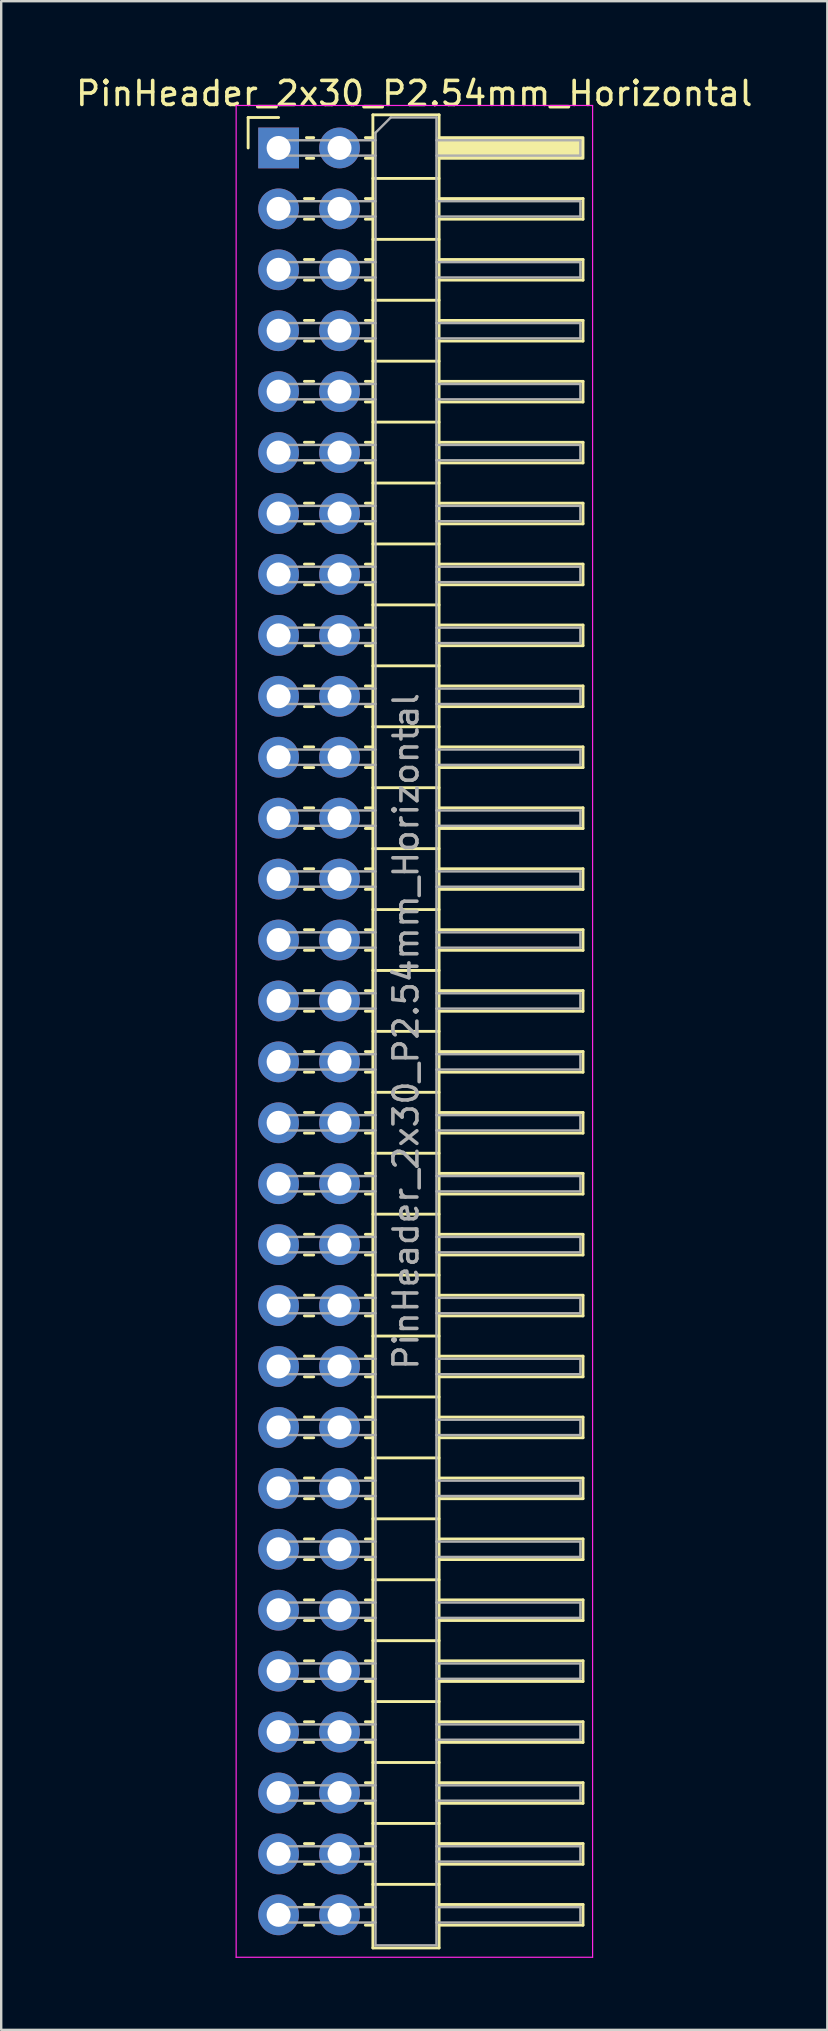
<source format=kicad_pcb>
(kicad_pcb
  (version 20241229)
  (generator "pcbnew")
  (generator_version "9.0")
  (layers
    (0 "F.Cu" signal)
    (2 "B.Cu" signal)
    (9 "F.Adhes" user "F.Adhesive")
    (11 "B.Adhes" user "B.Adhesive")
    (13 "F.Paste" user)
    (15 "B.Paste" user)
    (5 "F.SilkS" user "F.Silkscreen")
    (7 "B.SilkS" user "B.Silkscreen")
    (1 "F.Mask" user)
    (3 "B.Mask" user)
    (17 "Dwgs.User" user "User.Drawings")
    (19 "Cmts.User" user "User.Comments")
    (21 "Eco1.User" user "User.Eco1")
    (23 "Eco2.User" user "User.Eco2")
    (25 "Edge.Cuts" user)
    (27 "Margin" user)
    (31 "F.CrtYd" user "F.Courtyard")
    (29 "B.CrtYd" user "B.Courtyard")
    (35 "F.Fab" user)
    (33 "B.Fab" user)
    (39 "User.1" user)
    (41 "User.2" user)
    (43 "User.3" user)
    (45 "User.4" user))
  (footprint "PinHeader_2x30_P2.54mm_Horizontal"
    (layer "F.Cu")
    (at 8.565 3.118)
    (property "Reference" "PinHeader_2x30_P2.54mm_Horizontal" (at 5.655 -2.27 0) (layer "F.SilkS") (effects (font (size 1 1) (thickness 0.15))))
    (attr through_hole)
    (fp_line (start -1.27 -1.27) (end 0 -1.27) (stroke (width 0.12) (type solid)) (layer "F.SilkS"))
    (fp_line (start -1.27 0) (end -1.27 -1.27) (stroke (width 0.12) (type solid)) (layer "F.SilkS"))
    (fp_line (start 1.077 2.11) (end 1.463 2.11) (stroke (width 0.12) (type solid)) (layer "F.SilkS"))
    (fp_line (start 1.077 2.97) (end 1.463 2.97) (stroke (width 0.12) (type solid)) (layer "F.SilkS"))
    (fp_line (start 1.077 4.65) (end 1.463 4.65) (stroke (width 0.12) (type solid)) (layer "F.SilkS"))
    (fp_line (start 1.077 5.51) (end 1.463 5.51) (stroke (width 0.12) (type solid)) (layer "F.SilkS"))
    (fp_line (start 1.077 7.19) (end 1.463 7.19) (stroke (width 0.12) (type solid)) (layer "F.SilkS"))
    (fp_line (start 1.077 8.05) (end 1.463 8.05) (stroke (width 0.12) (type solid)) (layer "F.SilkS"))
    (fp_line (start 1.077 9.73) (end 1.463 9.73) (stroke (width 0.12) (type solid)) (layer "F.SilkS"))
    (fp_line (start 1.077 10.59) (end 1.463 10.59) (stroke (width 0.12) (type solid)) (layer "F.SilkS"))
    (fp_line (start 1.077 12.27) (end 1.463 12.27) (stroke (width 0.12) (type solid)) (layer "F.SilkS"))
    (fp_line (start 1.077 13.13) (end 1.463 13.13) (stroke (width 0.12) (type solid)) (layer "F.SilkS"))
    (fp_line (start 1.077 14.81) (end 1.463 14.81) (stroke (width 0.12) (type solid)) (layer "F.SilkS"))
    (fp_line (start 1.077 15.67) (end 1.463 15.67) (stroke (width 0.12) (type solid)) (layer "F.SilkS"))
    (fp_line (start 1.077 17.35) (end 1.463 17.35) (stroke (width 0.12) (type solid)) (layer "F.SilkS"))
    (fp_line (start 1.077 18.21) (end 1.463 18.21) (stroke (width 0.12) (type solid)) (layer "F.SilkS"))
    (fp_line (start 1.077 19.89) (end 1.463 19.89) (stroke (width 0.12) (type solid)) (layer "F.SilkS"))
    (fp_line (start 1.077 20.75) (end 1.463 20.75) (stroke (width 0.12) (type solid)) (layer "F.SilkS"))
    (fp_line (start 1.077 22.43) (end 1.463 22.43) (stroke (width 0.12) (type solid)) (layer "F.SilkS"))
    (fp_line (start 1.077 23.29) (end 1.463 23.29) (stroke (width 0.12) (type solid)) (layer "F.SilkS"))
    (fp_line (start 1.077 24.97) (end 1.463 24.97) (stroke (width 0.12) (type solid)) (layer "F.SilkS"))
    (fp_line (start 1.077 25.83) (end 1.463 25.83) (stroke (width 0.12) (type solid)) (layer "F.SilkS"))
    (fp_line (start 1.077 27.51) (end 1.463 27.51) (stroke (width 0.12) (type solid)) (layer "F.SilkS"))
    (fp_line (start 1.077 28.37) (end 1.463 28.37) (stroke (width 0.12) (type solid)) (layer "F.SilkS"))
    (fp_line (start 1.077 30.05) (end 1.463 30.05) (stroke (width 0.12) (type solid)) (layer "F.SilkS"))
    (fp_line (start 1.077 30.91) (end 1.463 30.91) (stroke (width 0.12) (type solid)) (layer "F.SilkS"))
    (fp_line (start 1.077 32.59) (end 1.463 32.59) (stroke (width 0.12) (type solid)) (layer "F.SilkS"))
    (fp_line (start 1.077 33.45) (end 1.463 33.45) (stroke (width 0.12) (type solid)) (layer "F.SilkS"))
    (fp_line (start 1.077 35.13) (end 1.463 35.13) (stroke (width 0.12) (type solid)) (layer "F.SilkS"))
    (fp_line (start 1.077 35.99) (end 1.463 35.99) (stroke (width 0.12) (type solid)) (layer "F.SilkS"))
    (fp_line (start 1.077 37.67) (end 1.463 37.67) (stroke (width 0.12) (type solid)) (layer "F.SilkS"))
    (fp_line (start 1.077 38.53) (end 1.463 38.53) (stroke (width 0.12) (type solid)) (layer "F.SilkS"))
    (fp_line (start 1.077 40.21) (end 1.463 40.21) (stroke (width 0.12) (type solid)) (layer "F.SilkS"))
    (fp_line (start 1.077 41.07) (end 1.463 41.07) (stroke (width 0.12) (type solid)) (layer "F.SilkS"))
    (fp_line (start 1.077 42.75) (end 1.463 42.75) (stroke (width 0.12) (type solid)) (layer "F.SilkS"))
    (fp_line (start 1.077 43.61) (end 1.463 43.61) (stroke (width 0.12) (type solid)) (layer "F.SilkS"))
    (fp_line (start 1.077 45.29) (end 1.463 45.29) (stroke (width 0.12) (type solid)) (layer "F.SilkS"))
    (fp_line (start 1.077 46.15) (end 1.463 46.15) (stroke (width 0.12) (type solid)) (layer "F.SilkS"))
    (fp_line (start 1.077 47.83) (end 1.463 47.83) (stroke (width 0.12) (type solid)) (layer "F.SilkS"))
    (fp_line (start 1.077 48.69) (end 1.463 48.69) (stroke (width 0.12) (type solid)) (layer "F.SilkS"))
    (fp_line (start 1.077 50.37) (end 1.463 50.37) (stroke (width 0.12) (type solid)) (layer "F.SilkS"))
    (fp_line (start 1.077 51.23) (end 1.463 51.23) (stroke (width 0.12) (type solid)) (layer "F.SilkS"))
    (fp_line (start 1.077 52.91) (end 1.463 52.91) (stroke (width 0.12) (type solid)) (layer "F.SilkS"))
    (fp_line (start 1.077 53.77) (end 1.463 53.77) (stroke (width 0.12) (type solid)) (layer "F.SilkS"))
    (fp_line (start 1.077 55.45) (end 1.463 55.45) (stroke (width 0.12) (type solid)) (layer "F.SilkS"))
    (fp_line (start 1.077 56.31) (end 1.463 56.31) (stroke (width 0.12) (type solid)) (layer "F.SilkS"))
    (fp_line (start 1.077 57.99) (end 1.463 57.99) (stroke (width 0.12) (type solid)) (layer "F.SilkS"))
    (fp_line (start 1.077 58.85) (end 1.463 58.85) (stroke (width 0.12) (type solid)) (layer "F.SilkS"))
    (fp_line (start 1.077 60.53) (end 1.463 60.53) (stroke (width 0.12) (type solid)) (layer "F.SilkS"))
    (fp_line (start 1.077 61.39) (end 1.463 61.39) (stroke (width 0.12) (type solid)) (layer "F.SilkS"))
    (fp_line (start 1.077 63.07) (end 1.463 63.07) (stroke (width 0.12) (type solid)) (layer "F.SilkS"))
    (fp_line (start 1.077 63.93) (end 1.463 63.93) (stroke (width 0.12) (type solid)) (layer "F.SilkS"))
    (fp_line (start 1.077 65.61) (end 1.463 65.61) (stroke (width 0.12) (type solid)) (layer "F.SilkS"))
    (fp_line (start 1.077 66.47) (end 1.463 66.47) (stroke (width 0.12) (type solid)) (layer "F.SilkS"))
    (fp_line (start 1.077 68.15) (end 1.463 68.15) (stroke (width 0.12) (type solid)) (layer "F.SilkS"))
    (fp_line (start 1.077 69.01) (end 1.463 69.01) (stroke (width 0.12) (type solid)) (layer "F.SilkS"))
    (fp_line (start 1.077 70.69) (end 1.463 70.69) (stroke (width 0.12) (type solid)) (layer "F.SilkS"))
    (fp_line (start 1.077 71.55) (end 1.463 71.55) (stroke (width 0.12) (type solid)) (layer "F.SilkS"))
    (fp_line (start 1.077 73.23) (end 1.463 73.23) (stroke (width 0.12) (type solid)) (layer "F.SilkS"))
    (fp_line (start 1.077 74.09) (end 1.463 74.09) (stroke (width 0.12) (type solid)) (layer "F.SilkS"))
    (fp_line (start 1.16 -0.43) (end 1.463 -0.43) (stroke (width 0.12) (type solid)) (layer "F.SilkS"))
    (fp_line (start 1.16 0.43) (end 1.463 0.43) (stroke (width 0.12) (type solid)) (layer "F.SilkS"))
    (fp_line (start 3.617 -0.43) (end 3.93 -0.43) (stroke (width 0.12) (type solid)) (layer "F.SilkS"))
    (fp_line (start 3.617 0.43) (end 3.93 0.43) (stroke (width 0.12) (type solid)) (layer "F.SilkS"))
    (fp_line (start 3.617 2.11) (end 3.93 2.11) (stroke (width 0.12) (type solid)) (layer "F.SilkS"))
    (fp_line (start 3.617 2.97) (end 3.93 2.97) (stroke (width 0.12) (type solid)) (layer "F.SilkS"))
    (fp_line (start 3.617 4.65) (end 3.93 4.65) (stroke (width 0.12) (type solid)) (layer "F.SilkS"))
    (fp_line (start 3.617 5.51) (end 3.93 5.51) (stroke (width 0.12) (type solid)) (layer "F.SilkS"))
    (fp_line (start 3.617 7.19) (end 3.93 7.19) (stroke (width 0.12) (type solid)) (layer "F.SilkS"))
    (fp_line (start 3.617 8.05) (end 3.93 8.05) (stroke (width 0.12) (type solid)) (layer "F.SilkS"))
    (fp_line (start 3.617 9.73) (end 3.93 9.73) (stroke (width 0.12) (type solid)) (layer "F.SilkS"))
    (fp_line (start 3.617 10.59) (end 3.93 10.59) (stroke (width 0.12) (type solid)) (layer "F.SilkS"))
    (fp_line (start 3.617 12.27) (end 3.93 12.27) (stroke (width 0.12) (type solid)) (layer "F.SilkS"))
    (fp_line (start 3.617 13.13) (end 3.93 13.13) (stroke (width 0.12) (type solid)) (layer "F.SilkS"))
    (fp_line (start 3.617 14.81) (end 3.93 14.81) (stroke (width 0.12) (type solid)) (layer "F.SilkS"))
    (fp_line (start 3.617 15.67) (end 3.93 15.67) (stroke (width 0.12) (type solid)) (layer "F.SilkS"))
    (fp_line (start 3.617 17.35) (end 3.93 17.35) (stroke (width 0.12) (type solid)) (layer "F.SilkS"))
    (fp_line (start 3.617 18.21) (end 3.93 18.21) (stroke (width 0.12) (type solid)) (layer "F.SilkS"))
    (fp_line (start 3.617 19.89) (end 3.93 19.89) (stroke (width 0.12) (type solid)) (layer "F.SilkS"))
    (fp_line (start 3.617 20.75) (end 3.93 20.75) (stroke (width 0.12) (type solid)) (layer "F.SilkS"))
    (fp_line (start 3.617 22.43) (end 3.93 22.43) (stroke (width 0.12) (type solid)) (layer "F.SilkS"))
    (fp_line (start 3.617 23.29) (end 3.93 23.29) (stroke (width 0.12) (type solid)) (layer "F.SilkS"))
    (fp_line (start 3.617 24.97) (end 3.93 24.97) (stroke (width 0.12) (type solid)) (layer "F.SilkS"))
    (fp_line (start 3.617 25.83) (end 3.93 25.83) (stroke (width 0.12) (type solid)) (layer "F.SilkS"))
    (fp_line (start 3.617 27.51) (end 3.93 27.51) (stroke (width 0.12) (type solid)) (layer "F.SilkS"))
    (fp_line (start 3.617 28.37) (end 3.93 28.37) (stroke (width 0.12) (type solid)) (layer "F.SilkS"))
    (fp_line (start 3.617 30.05) (end 3.93 30.05) (stroke (width 0.12) (type solid)) (layer "F.SilkS"))
    (fp_line (start 3.617 30.91) (end 3.93 30.91) (stroke (width 0.12) (type solid)) (layer "F.SilkS"))
    (fp_line (start 3.617 32.59) (end 3.93 32.59) (stroke (width 0.12) (type solid)) (layer "F.SilkS"))
    (fp_line (start 3.617 33.45) (end 3.93 33.45) (stroke (width 0.12) (type solid)) (layer "F.SilkS"))
    (fp_line (start 3.617 35.13) (end 3.93 35.13) (stroke (width 0.12) (type solid)) (layer "F.SilkS"))
    (fp_line (start 3.617 35.99) (end 3.93 35.99) (stroke (width 0.12) (type solid)) (layer "F.SilkS"))
    (fp_line (start 3.617 37.67) (end 3.93 37.67) (stroke (width 0.12) (type solid)) (layer "F.SilkS"))
    (fp_line (start 3.617 38.53) (end 3.93 38.53) (stroke (width 0.12) (type solid)) (layer "F.SilkS"))
    (fp_line (start 3.617 40.21) (end 3.93 40.21) (stroke (width 0.12) (type solid)) (layer "F.SilkS"))
    (fp_line (start 3.617 41.07) (end 3.93 41.07) (stroke (width 0.12) (type solid)) (layer "F.SilkS"))
    (fp_line (start 3.617 42.75) (end 3.93 42.75) (stroke (width 0.12) (type solid)) (layer "F.SilkS"))
    (fp_line (start 3.617 43.61) (end 3.93 43.61) (stroke (width 0.12) (type solid)) (layer "F.SilkS"))
    (fp_line (start 3.617 45.29) (end 3.93 45.29) (stroke (width 0.12) (type solid)) (layer "F.SilkS"))
    (fp_line (start 3.617 46.15) (end 3.93 46.15) (stroke (width 0.12) (type solid)) (layer "F.SilkS"))
    (fp_line (start 3.617 47.83) (end 3.93 47.83) (stroke (width 0.12) (type solid)) (layer "F.SilkS"))
    (fp_line (start 3.617 48.69) (end 3.93 48.69) (stroke (width 0.12) (type solid)) (layer "F.SilkS"))
    (fp_line (start 3.617 50.37) (end 3.93 50.37) (stroke (width 0.12) (type solid)) (layer "F.SilkS"))
    (fp_line (start 3.617 51.23) (end 3.93 51.23) (stroke (width 0.12) (type solid)) (layer "F.SilkS"))
    (fp_line (start 3.617 52.91) (end 3.93 52.91) (stroke (width 0.12) (type solid)) (layer "F.SilkS"))
    (fp_line (start 3.617 53.77) (end 3.93 53.77) (stroke (width 0.12) (type solid)) (layer "F.SilkS"))
    (fp_line (start 3.617 55.45) (end 3.93 55.45) (stroke (width 0.12) (type solid)) (layer "F.SilkS"))
    (fp_line (start 3.617 56.31) (end 3.93 56.31) (stroke (width 0.12) (type solid)) (layer "F.SilkS"))
    (fp_line (start 3.617 57.99) (end 3.93 57.99) (stroke (width 0.12) (type solid)) (layer "F.SilkS"))
    (fp_line (start 3.617 58.85) (end 3.93 58.85) (stroke (width 0.12) (type solid)) (layer "F.SilkS"))
    (fp_line (start 3.617 60.53) (end 3.93 60.53) (stroke (width 0.12) (type solid)) (layer "F.SilkS"))
    (fp_line (start 3.617 61.39) (end 3.93 61.39) (stroke (width 0.12) (type solid)) (layer "F.SilkS"))
    (fp_line (start 3.617 63.07) (end 3.93 63.07) (stroke (width 0.12) (type solid)) (layer "F.SilkS"))
    (fp_line (start 3.617 63.93) (end 3.93 63.93) (stroke (width 0.12) (type solid)) (layer "F.SilkS"))
    (fp_line (start 3.617 65.61) (end 3.93 65.61) (stroke (width 0.12) (type solid)) (layer "F.SilkS"))
    (fp_line (start 3.617 66.47) (end 3.93 66.47) (stroke (width 0.12) (type solid)) (layer "F.SilkS"))
    (fp_line (start 3.617 68.15) (end 3.93 68.15) (stroke (width 0.12) (type solid)) (layer "F.SilkS"))
    (fp_line (start 3.617 69.01) (end 3.93 69.01) (stroke (width 0.12) (type solid)) (layer "F.SilkS"))
    (fp_line (start 3.617 70.69) (end 3.93 70.69) (stroke (width 0.12) (type solid)) (layer "F.SilkS"))
    (fp_line (start 3.617 71.55) (end 3.93 71.55) (stroke (width 0.12) (type solid)) (layer "F.SilkS"))
    (fp_line (start 3.617 73.23) (end 3.93 73.23) (stroke (width 0.12) (type solid)) (layer "F.SilkS"))
    (fp_line (start 3.617 74.09) (end 3.93 74.09) (stroke (width 0.12) (type solid)) (layer "F.SilkS"))
    (fp_line (start 3.93 -1.38) (end 3.93 75.04) (stroke (width 0.12) (type solid)) (layer "F.SilkS"))
    (fp_line (start 3.93 1.27) (end 6.69 1.27) (stroke (width 0.12) (type solid)) (layer "F.SilkS"))
    (fp_line (start 3.93 3.81) (end 6.69 3.81) (stroke (width 0.12) (type solid)) (layer "F.SilkS"))
    (fp_line (start 3.93 6.35) (end 6.69 6.35) (stroke (width 0.12) (type solid)) (layer "F.SilkS"))
    (fp_line (start 3.93 8.89) (end 6.69 8.89) (stroke (width 0.12) (type solid)) (layer "F.SilkS"))
    (fp_line (start 3.93 11.43) (end 6.69 11.43) (stroke (width 0.12) (type solid)) (layer "F.SilkS"))
    (fp_line (start 3.93 13.97) (end 6.69 13.97) (stroke (width 0.12) (type solid)) (layer "F.SilkS"))
    (fp_line (start 3.93 16.51) (end 6.69 16.51) (stroke (width 0.12) (type solid)) (layer "F.SilkS"))
    (fp_line (start 3.93 19.05) (end 6.69 19.05) (stroke (width 0.12) (type solid)) (layer "F.SilkS"))
    (fp_line (start 3.93 21.59) (end 6.69 21.59) (stroke (width 0.12) (type solid)) (layer "F.SilkS"))
    (fp_line (start 3.93 24.13) (end 6.69 24.13) (stroke (width 0.12) (type solid)) (layer "F.SilkS"))
    (fp_line (start 3.93 26.67) (end 6.69 26.67) (stroke (width 0.12) (type solid)) (layer "F.SilkS"))
    (fp_line (start 3.93 29.21) (end 6.69 29.21) (stroke (width 0.12) (type solid)) (layer "F.SilkS"))
    (fp_line (start 3.93 31.75) (end 6.69 31.75) (stroke (width 0.12) (type solid)) (layer "F.SilkS"))
    (fp_line (start 3.93 34.29) (end 6.69 34.29) (stroke (width 0.12) (type solid)) (layer "F.SilkS"))
    (fp_line (start 3.93 36.83) (end 6.69 36.83) (stroke (width 0.12) (type solid)) (layer "F.SilkS"))
    (fp_line (start 3.93 39.37) (end 6.69 39.37) (stroke (width 0.12) (type solid)) (layer "F.SilkS"))
    (fp_line (start 3.93 41.91) (end 6.69 41.91) (stroke (width 0.12) (type solid)) (layer "F.SilkS"))
    (fp_line (start 3.93 44.45) (end 6.69 44.45) (stroke (width 0.12) (type solid)) (layer "F.SilkS"))
    (fp_line (start 3.93 46.99) (end 6.69 46.99) (stroke (width 0.12) (type solid)) (layer "F.SilkS"))
    (fp_line (start 3.93 49.53) (end 6.69 49.53) (stroke (width 0.12) (type solid)) (layer "F.SilkS"))
    (fp_line (start 3.93 52.07) (end 6.69 52.07) (stroke (width 0.12) (type solid)) (layer "F.SilkS"))
    (fp_line (start 3.93 54.61) (end 6.69 54.61) (stroke (width 0.12) (type solid)) (layer "F.SilkS"))
    (fp_line (start 3.93 57.15) (end 6.69 57.15) (stroke (width 0.12) (type solid)) (layer "F.SilkS"))
    (fp_line (start 3.93 59.69) (end 6.69 59.69) (stroke (width 0.12) (type solid)) (layer "F.SilkS"))
    (fp_line (start 3.93 62.23) (end 6.69 62.23) (stroke (width 0.12) (type solid)) (layer "F.SilkS"))
    (fp_line (start 3.93 64.77) (end 6.69 64.77) (stroke (width 0.12) (type solid)) (layer "F.SilkS"))
    (fp_line (start 3.93 67.31) (end 6.69 67.31) (stroke (width 0.12) (type solid)) (layer "F.SilkS"))
    (fp_line (start 3.93 69.85) (end 6.69 69.85) (stroke (width 0.12) (type solid)) (layer "F.SilkS"))
    (fp_line (start 3.93 72.39) (end 6.69 72.39) (stroke (width 0.12) (type solid)) (layer "F.SilkS"))
    (fp_line (start 3.93 75.04) (end 6.69 75.04) (stroke (width 0.12) (type solid)) (layer "F.SilkS"))
    (fp_line (start 6.69 -1.38) (end 3.93 -1.38) (stroke (width 0.12) (type solid)) (layer "F.SilkS"))
    (fp_line (start 6.69 2.11) (end 12.69 2.11) (stroke (width 0.12) (type solid)) (layer "F.SilkS"))
    (fp_line (start 6.69 4.65) (end 12.69 4.65) (stroke (width 0.12) (type solid)) (layer "F.SilkS"))
    (fp_line (start 6.69 7.19) (end 12.69 7.19) (stroke (width 0.12) (type solid)) (layer "F.SilkS"))
    (fp_line (start 6.69 9.73) (end 12.69 9.73) (stroke (width 0.12) (type solid)) (layer "F.SilkS"))
    (fp_line (start 6.69 12.27) (end 12.69 12.27) (stroke (width 0.12) (type solid)) (layer "F.SilkS"))
    (fp_line (start 6.69 14.81) (end 12.69 14.81) (stroke (width 0.12) (type solid)) (layer "F.SilkS"))
    (fp_line (start 6.69 17.35) (end 12.69 17.35) (stroke (width 0.12) (type solid)) (layer "F.SilkS"))
    (fp_line (start 6.69 19.89) (end 12.69 19.89) (stroke (width 0.12) (type solid)) (layer "F.SilkS"))
    (fp_line (start 6.69 22.43) (end 12.69 22.43) (stroke (width 0.12) (type solid)) (layer "F.SilkS"))
    (fp_line (start 6.69 24.97) (end 12.69 24.97) (stroke (width 0.12) (type solid)) (layer "F.SilkS"))
    (fp_line (start 6.69 27.51) (end 12.69 27.51) (stroke (width 0.12) (type solid)) (layer "F.SilkS"))
    (fp_line (start 6.69 30.05) (end 12.69 30.05) (stroke (width 0.12) (type solid)) (layer "F.SilkS"))
    (fp_line (start 6.69 32.59) (end 12.69 32.59) (stroke (width 0.12) (type solid)) (layer "F.SilkS"))
    (fp_line (start 6.69 35.13) (end 12.69 35.13) (stroke (width 0.12) (type solid)) (layer "F.SilkS"))
    (fp_line (start 6.69 37.67) (end 12.69 37.67) (stroke (width 0.12) (type solid)) (layer "F.SilkS"))
    (fp_line (start 6.69 40.21) (end 12.69 40.21) (stroke (width 0.12) (type solid)) (layer "F.SilkS"))
    (fp_line (start 6.69 42.75) (end 12.69 42.75) (stroke (width 0.12) (type solid)) (layer "F.SilkS"))
    (fp_line (start 6.69 45.29) (end 12.69 45.29) (stroke (width 0.12) (type solid)) (layer "F.SilkS"))
    (fp_line (start 6.69 47.83) (end 12.69 47.83) (stroke (width 0.12) (type solid)) (layer "F.SilkS"))
    (fp_line (start 6.69 50.37) (end 12.69 50.37) (stroke (width 0.12) (type solid)) (layer "F.SilkS"))
    (fp_line (start 6.69 52.91) (end 12.69 52.91) (stroke (width 0.12) (type solid)) (layer "F.SilkS"))
    (fp_line (start 6.69 55.45) (end 12.69 55.45) (stroke (width 0.12) (type solid)) (layer "F.SilkS"))
    (fp_line (start 6.69 57.99) (end 12.69 57.99) (stroke (width 0.12) (type solid)) (layer "F.SilkS"))
    (fp_line (start 6.69 60.53) (end 12.69 60.53) (stroke (width 0.12) (type solid)) (layer "F.SilkS"))
    (fp_line (start 6.69 63.07) (end 12.69 63.07) (stroke (width 0.12) (type solid)) (layer "F.SilkS"))
    (fp_line (start 6.69 65.61) (end 12.69 65.61) (stroke (width 0.12) (type solid)) (layer "F.SilkS"))
    (fp_line (start 6.69 68.15) (end 12.69 68.15) (stroke (width 0.12) (type solid)) (layer "F.SilkS"))
    (fp_line (start 6.69 70.69) (end 12.69 70.69) (stroke (width 0.12) (type solid)) (layer "F.SilkS"))
    (fp_line (start 6.69 73.23) (end 12.69 73.23) (stroke (width 0.12) (type solid)) (layer "F.SilkS"))
    (fp_line (start 6.69 75.04) (end 6.69 -1.38) (stroke (width 0.12) (type solid)) (layer "F.SilkS"))
    (fp_line (start 12.69 2.11) (end 12.69 2.97) (stroke (width 0.12) (type solid)) (layer "F.SilkS"))
    (fp_line (start 12.69 2.97) (end 6.69 2.97) (stroke (width 0.12) (type solid)) (layer "F.SilkS"))
    (fp_line (start 12.69 4.65) (end 12.69 5.51) (stroke (width 0.12) (type solid)) (layer "F.SilkS"))
    (fp_line (start 12.69 5.51) (end 6.69 5.51) (stroke (width 0.12) (type solid)) (layer "F.SilkS"))
    (fp_line (start 12.69 7.19) (end 12.69 8.05) (stroke (width 0.12) (type solid)) (layer "F.SilkS"))
    (fp_line (start 12.69 8.05) (end 6.69 8.05) (stroke (width 0.12) (type solid)) (layer "F.SilkS"))
    (fp_line (start 12.69 9.73) (end 12.69 10.59) (stroke (width 0.12) (type solid)) (layer "F.SilkS"))
    (fp_line (start 12.69 10.59) (end 6.69 10.59) (stroke (width 0.12) (type solid)) (layer "F.SilkS"))
    (fp_line (start 12.69 12.27) (end 12.69 13.13) (stroke (width 0.12) (type solid)) (layer "F.SilkS"))
    (fp_line (start 12.69 13.13) (end 6.69 13.13) (stroke (width 0.12) (type solid)) (layer "F.SilkS"))
    (fp_line (start 12.69 14.81) (end 12.69 15.67) (stroke (width 0.12) (type solid)) (layer "F.SilkS"))
    (fp_line (start 12.69 15.67) (end 6.69 15.67) (stroke (width 0.12) (type solid)) (layer "F.SilkS"))
    (fp_line (start 12.69 17.35) (end 12.69 18.21) (stroke (width 0.12) (type solid)) (layer "F.SilkS"))
    (fp_line (start 12.69 18.21) (end 6.69 18.21) (stroke (width 0.12) (type solid)) (layer "F.SilkS"))
    (fp_line (start 12.69 19.89) (end 12.69 20.75) (stroke (width 0.12) (type solid)) (layer "F.SilkS"))
    (fp_line (start 12.69 20.75) (end 6.69 20.75) (stroke (width 0.12) (type solid)) (layer "F.SilkS"))
    (fp_line (start 12.69 22.43) (end 12.69 23.29) (stroke (width 0.12) (type solid)) (layer "F.SilkS"))
    (fp_line (start 12.69 23.29) (end 6.69 23.29) (stroke (width 0.12) (type solid)) (layer "F.SilkS"))
    (fp_line (start 12.69 24.97) (end 12.69 25.83) (stroke (width 0.12) (type solid)) (layer "F.SilkS"))
    (fp_line (start 12.69 25.83) (end 6.69 25.83) (stroke (width 0.12) (type solid)) (layer "F.SilkS"))
    (fp_line (start 12.69 27.51) (end 12.69 28.37) (stroke (width 0.12) (type solid)) (layer "F.SilkS"))
    (fp_line (start 12.69 28.37) (end 6.69 28.37) (stroke (width 0.12) (type solid)) (layer "F.SilkS"))
    (fp_line (start 12.69 30.05) (end 12.69 30.91) (stroke (width 0.12) (type solid)) (layer "F.SilkS"))
    (fp_line (start 12.69 30.91) (end 6.69 30.91) (stroke (width 0.12) (type solid)) (layer "F.SilkS"))
    (fp_line (start 12.69 32.59) (end 12.69 33.45) (stroke (width 0.12) (type solid)) (layer "F.SilkS"))
    (fp_line (start 12.69 33.45) (end 6.69 33.45) (stroke (width 0.12) (type solid)) (layer "F.SilkS"))
    (fp_line (start 12.69 35.13) (end 12.69 35.99) (stroke (width 0.12) (type solid)) (layer "F.SilkS"))
    (fp_line (start 12.69 35.99) (end 6.69 35.99) (stroke (width 0.12) (type solid)) (layer "F.SilkS"))
    (fp_line (start 12.69 37.67) (end 12.69 38.53) (stroke (width 0.12) (type solid)) (layer "F.SilkS"))
    (fp_line (start 12.69 38.53) (end 6.69 38.53) (stroke (width 0.12) (type solid)) (layer "F.SilkS"))
    (fp_line (start 12.69 40.21) (end 12.69 41.07) (stroke (width 0.12) (type solid)) (layer "F.SilkS"))
    (fp_line (start 12.69 41.07) (end 6.69 41.07) (stroke (width 0.12) (type solid)) (layer "F.SilkS"))
    (fp_line (start 12.69 42.75) (end 12.69 43.61) (stroke (width 0.12) (type solid)) (layer "F.SilkS"))
    (fp_line (start 12.69 43.61) (end 6.69 43.61) (stroke (width 0.12) (type solid)) (layer "F.SilkS"))
    (fp_line (start 12.69 45.29) (end 12.69 46.15) (stroke (width 0.12) (type solid)) (layer "F.SilkS"))
    (fp_line (start 12.69 46.15) (end 6.69 46.15) (stroke (width 0.12) (type solid)) (layer "F.SilkS"))
    (fp_line (start 12.69 47.83) (end 12.69 48.69) (stroke (width 0.12) (type solid)) (layer "F.SilkS"))
    (fp_line (start 12.69 48.69) (end 6.69 48.69) (stroke (width 0.12) (type solid)) (layer "F.SilkS"))
    (fp_line (start 12.69 50.37) (end 12.69 51.23) (stroke (width 0.12) (type solid)) (layer "F.SilkS"))
    (fp_line (start 12.69 51.23) (end 6.69 51.23) (stroke (width 0.12) (type solid)) (layer "F.SilkS"))
    (fp_line (start 12.69 52.91) (end 12.69 53.77) (stroke (width 0.12) (type solid)) (layer "F.SilkS"))
    (fp_line (start 12.69 53.77) (end 6.69 53.77) (stroke (width 0.12) (type solid)) (layer "F.SilkS"))
    (fp_line (start 12.69 55.45) (end 12.69 56.31) (stroke (width 0.12) (type solid)) (layer "F.SilkS"))
    (fp_line (start 12.69 56.31) (end 6.69 56.31) (stroke (width 0.12) (type solid)) (layer "F.SilkS"))
    (fp_line (start 12.69 57.99) (end 12.69 58.85) (stroke (width 0.12) (type solid)) (layer "F.SilkS"))
    (fp_line (start 12.69 58.85) (end 6.69 58.85) (stroke (width 0.12) (type solid)) (layer "F.SilkS"))
    (fp_line (start 12.69 60.53) (end 12.69 61.39) (stroke (width 0.12) (type solid)) (layer "F.SilkS"))
    (fp_line (start 12.69 61.39) (end 6.69 61.39) (stroke (width 0.12) (type solid)) (layer "F.SilkS"))
    (fp_line (start 12.69 63.07) (end 12.69 63.93) (stroke (width 0.12) (type solid)) (layer "F.SilkS"))
    (fp_line (start 12.69 63.93) (end 6.69 63.93) (stroke (width 0.12) (type solid)) (layer "F.SilkS"))
    (fp_line (start 12.69 65.61) (end 12.69 66.47) (stroke (width 0.12) (type solid)) (layer "F.SilkS"))
    (fp_line (start 12.69 66.47) (end 6.69 66.47) (stroke (width 0.12) (type solid)) (layer "F.SilkS"))
    (fp_line (start 12.69 68.15) (end 12.69 69.01) (stroke (width 0.12) (type solid)) (layer "F.SilkS"))
    (fp_line (start 12.69 69.01) (end 6.69 69.01) (stroke (width 0.12) (type solid)) (layer "F.SilkS"))
    (fp_line (start 12.69 70.69) (end 12.69 71.55) (stroke (width 0.12) (type solid)) (layer "F.SilkS"))
    (fp_line (start 12.69 71.55) (end 6.69 71.55) (stroke (width 0.12) (type solid)) (layer "F.SilkS"))
    (fp_line (start 12.69 73.23) (end 12.69 74.09) (stroke (width 0.12) (type solid)) (layer "F.SilkS"))
    (fp_line (start 12.69 74.09) (end 6.69 74.09) (stroke (width 0.12) (type solid)) (layer "F.SilkS"))
    (fp_rect (start 6.69 -0.43) (end 12.69 0.43) (stroke (width 0.12) (type solid)) (fill yes) (layer "F.SilkS"))
    (fp_line (start -1.77 -1.77) (end -1.77 75.43) (stroke (width 0.05) (type solid)) (layer "F.CrtYd"))
    (fp_line (start -1.77 75.43) (end 13.09 75.43) (stroke (width 0.05) (type solid)) (layer "F.CrtYd"))
    (fp_line (start 13.09 -1.77) (end -1.77 -1.77) (stroke (width 0.05) (type solid)) (layer "F.CrtYd"))
    (fp_line (start 13.09 75.43) (end 13.09 -1.77) (stroke (width 0.05) (type solid)) (layer "F.CrtYd"))
    (fp_line (start -0.32 -0.32) (end -0.32 0.32) (stroke (width 0.1) (type solid)) (layer "F.Fab"))
    (fp_line (start -0.32 -0.32) (end 4.04 -0.32) (stroke (width 0.1) (type solid)) (layer "F.Fab"))
    (fp_line (start -0.32 0.32) (end 4.04 0.32) (stroke (width 0.1) (type solid)) (layer "F.Fab"))
    (fp_line (start -0.32 2.22) (end -0.32 2.86) (stroke (width 0.1) (type solid)) (layer "F.Fab"))
    (fp_line (start -0.32 2.22) (end 4.04 2.22) (stroke (width 0.1) (type solid)) (layer "F.Fab"))
    (fp_line (start -0.32 2.86) (end 4.04 2.86) (stroke (width 0.1) (type solid)) (layer "F.Fab"))
    (fp_line (start -0.32 4.76) (end -0.32 5.4) (stroke (width 0.1) (type solid)) (layer "F.Fab"))
    (fp_line (start -0.32 4.76) (end 4.04 4.76) (stroke (width 0.1) (type solid)) (layer "F.Fab"))
    (fp_line (start -0.32 5.4) (end 4.04 5.4) (stroke (width 0.1) (type solid)) (layer "F.Fab"))
    (fp_line (start -0.32 7.3) (end -0.32 7.94) (stroke (width 0.1) (type solid)) (layer "F.Fab"))
    (fp_line (start -0.32 7.3) (end 4.04 7.3) (stroke (width 0.1) (type solid)) (layer "F.Fab"))
    (fp_line (start -0.32 7.94) (end 4.04 7.94) (stroke (width 0.1) (type solid)) (layer "F.Fab"))
    (fp_line (start -0.32 9.84) (end -0.32 10.48) (stroke (width 0.1) (type solid)) (layer "F.Fab"))
    (fp_line (start -0.32 9.84) (end 4.04 9.84) (stroke (width 0.1) (type solid)) (layer "F.Fab"))
    (fp_line (start -0.32 10.48) (end 4.04 10.48) (stroke (width 0.1) (type solid)) (layer "F.Fab"))
    (fp_line (start -0.32 12.38) (end -0.32 13.02) (stroke (width 0.1) (type solid)) (layer "F.Fab"))
    (fp_line (start -0.32 12.38) (end 4.04 12.38) (stroke (width 0.1) (type solid)) (layer "F.Fab"))
    (fp_line (start -0.32 13.02) (end 4.04 13.02) (stroke (width 0.1) (type solid)) (layer "F.Fab"))
    (fp_line (start -0.32 14.92) (end -0.32 15.56) (stroke (width 0.1) (type solid)) (layer "F.Fab"))
    (fp_line (start -0.32 14.92) (end 4.04 14.92) (stroke (width 0.1) (type solid)) (layer "F.Fab"))
    (fp_line (start -0.32 15.56) (end 4.04 15.56) (stroke (width 0.1) (type solid)) (layer "F.Fab"))
    (fp_line (start -0.32 17.46) (end -0.32 18.1) (stroke (width 0.1) (type solid)) (layer "F.Fab"))
    (fp_line (start -0.32 17.46) (end 4.04 17.46) (stroke (width 0.1) (type solid)) (layer "F.Fab"))
    (fp_line (start -0.32 18.1) (end 4.04 18.1) (stroke (width 0.1) (type solid)) (layer "F.Fab"))
    (fp_line (start -0.32 20) (end -0.32 20.64) (stroke (width 0.1) (type solid)) (layer "F.Fab"))
    (fp_line (start -0.32 20) (end 4.04 20) (stroke (width 0.1) (type solid)) (layer "F.Fab"))
    (fp_line (start -0.32 20.64) (end 4.04 20.64) (stroke (width 0.1) (type solid)) (layer "F.Fab"))
    (fp_line (start -0.32 22.54) (end -0.32 23.18) (stroke (width 0.1) (type solid)) (layer "F.Fab"))
    (fp_line (start -0.32 22.54) (end 4.04 22.54) (stroke (width 0.1) (type solid)) (layer "F.Fab"))
    (fp_line (start -0.32 23.18) (end 4.04 23.18) (stroke (width 0.1) (type solid)) (layer "F.Fab"))
    (fp_line (start -0.32 25.08) (end -0.32 25.72) (stroke (width 0.1) (type solid)) (layer "F.Fab"))
    (fp_line (start -0.32 25.08) (end 4.04 25.08) (stroke (width 0.1) (type solid)) (layer "F.Fab"))
    (fp_line (start -0.32 25.72) (end 4.04 25.72) (stroke (width 0.1) (type solid)) (layer "F.Fab"))
    (fp_line (start -0.32 27.62) (end -0.32 28.26) (stroke (width 0.1) (type solid)) (layer "F.Fab"))
    (fp_line (start -0.32 27.62) (end 4.04 27.62) (stroke (width 0.1) (type solid)) (layer "F.Fab"))
    (fp_line (start -0.32 28.26) (end 4.04 28.26) (stroke (width 0.1) (type solid)) (layer "F.Fab"))
    (fp_line (start -0.32 30.16) (end -0.32 30.8) (stroke (width 0.1) (type solid)) (layer "F.Fab"))
    (fp_line (start -0.32 30.16) (end 4.04 30.16) (stroke (width 0.1) (type solid)) (layer "F.Fab"))
    (fp_line (start -0.32 30.8) (end 4.04 30.8) (stroke (width 0.1) (type solid)) (layer "F.Fab"))
    (fp_line (start -0.32 32.7) (end -0.32 33.34) (stroke (width 0.1) (type solid)) (layer "F.Fab"))
    (fp_line (start -0.32 32.7) (end 4.04 32.7) (stroke (width 0.1) (type solid)) (layer "F.Fab"))
    (fp_line (start -0.32 33.34) (end 4.04 33.34) (stroke (width 0.1) (type solid)) (layer "F.Fab"))
    (fp_line (start -0.32 35.24) (end -0.32 35.88) (stroke (width 0.1) (type solid)) (layer "F.Fab"))
    (fp_line (start -0.32 35.24) (end 4.04 35.24) (stroke (width 0.1) (type solid)) (layer "F.Fab"))
    (fp_line (start -0.32 35.88) (end 4.04 35.88) (stroke (width 0.1) (type solid)) (layer "F.Fab"))
    (fp_line (start -0.32 37.78) (end -0.32 38.42) (stroke (width 0.1) (type solid)) (layer "F.Fab"))
    (fp_line (start -0.32 37.78) (end 4.04 37.78) (stroke (width 0.1) (type solid)) (layer "F.Fab"))
    (fp_line (start -0.32 38.42) (end 4.04 38.42) (stroke (width 0.1) (type solid)) (layer "F.Fab"))
    (fp_line (start -0.32 40.32) (end -0.32 40.96) (stroke (width 0.1) (type solid)) (layer "F.Fab"))
    (fp_line (start -0.32 40.32) (end 4.04 40.32) (stroke (width 0.1) (type solid)) (layer "F.Fab"))
    (fp_line (start -0.32 40.96) (end 4.04 40.96) (stroke (width 0.1) (type solid)) (layer "F.Fab"))
    (fp_line (start -0.32 42.86) (end -0.32 43.5) (stroke (width 0.1) (type solid)) (layer "F.Fab"))
    (fp_line (start -0.32 42.86) (end 4.04 42.86) (stroke (width 0.1) (type solid)) (layer "F.Fab"))
    (fp_line (start -0.32 43.5) (end 4.04 43.5) (stroke (width 0.1) (type solid)) (layer "F.Fab"))
    (fp_line (start -0.32 45.4) (end -0.32 46.04) (stroke (width 0.1) (type solid)) (layer "F.Fab"))
    (fp_line (start -0.32 45.4) (end 4.04 45.4) (stroke (width 0.1) (type solid)) (layer "F.Fab"))
    (fp_line (start -0.32 46.04) (end 4.04 46.04) (stroke (width 0.1) (type solid)) (layer "F.Fab"))
    (fp_line (start -0.32 47.94) (end -0.32 48.58) (stroke (width 0.1) (type solid)) (layer "F.Fab"))
    (fp_line (start -0.32 47.94) (end 4.04 47.94) (stroke (width 0.1) (type solid)) (layer "F.Fab"))
    (fp_line (start -0.32 48.58) (end 4.04 48.58) (stroke (width 0.1) (type solid)) (layer "F.Fab"))
    (fp_line (start -0.32 50.48) (end -0.32 51.12) (stroke (width 0.1) (type solid)) (layer "F.Fab"))
    (fp_line (start -0.32 50.48) (end 4.04 50.48) (stroke (width 0.1) (type solid)) (layer "F.Fab"))
    (fp_line (start -0.32 51.12) (end 4.04 51.12) (stroke (width 0.1) (type solid)) (layer "F.Fab"))
    (fp_line (start -0.32 53.02) (end -0.32 53.66) (stroke (width 0.1) (type solid)) (layer "F.Fab"))
    (fp_line (start -0.32 53.02) (end 4.04 53.02) (stroke (width 0.1) (type solid)) (layer "F.Fab"))
    (fp_line (start -0.32 53.66) (end 4.04 53.66) (stroke (width 0.1) (type solid)) (layer "F.Fab"))
    (fp_line (start -0.32 55.56) (end -0.32 56.2) (stroke (width 0.1) (type solid)) (layer "F.Fab"))
    (fp_line (start -0.32 55.56) (end 4.04 55.56) (stroke (width 0.1) (type solid)) (layer "F.Fab"))
    (fp_line (start -0.32 56.2) (end 4.04 56.2) (stroke (width 0.1) (type solid)) (layer "F.Fab"))
    (fp_line (start -0.32 58.1) (end -0.32 58.74) (stroke (width 0.1) (type solid)) (layer "F.Fab"))
    (fp_line (start -0.32 58.1) (end 4.04 58.1) (stroke (width 0.1) (type solid)) (layer "F.Fab"))
    (fp_line (start -0.32 58.74) (end 4.04 58.74) (stroke (width 0.1) (type solid)) (layer "F.Fab"))
    (fp_line (start -0.32 60.64) (end -0.32 61.28) (stroke (width 0.1) (type solid)) (layer "F.Fab"))
    (fp_line (start -0.32 60.64) (end 4.04 60.64) (stroke (width 0.1) (type solid)) (layer "F.Fab"))
    (fp_line (start -0.32 61.28) (end 4.04 61.28) (stroke (width 0.1) (type solid)) (layer "F.Fab"))
    (fp_line (start -0.32 63.18) (end -0.32 63.82) (stroke (width 0.1) (type solid)) (layer "F.Fab"))
    (fp_line (start -0.32 63.18) (end 4.04 63.18) (stroke (width 0.1) (type solid)) (layer "F.Fab"))
    (fp_line (start -0.32 63.82) (end 4.04 63.82) (stroke (width 0.1) (type solid)) (layer "F.Fab"))
    (fp_line (start -0.32 65.72) (end -0.32 66.36) (stroke (width 0.1) (type solid)) (layer "F.Fab"))
    (fp_line (start -0.32 65.72) (end 4.04 65.72) (stroke (width 0.1) (type solid)) (layer "F.Fab"))
    (fp_line (start -0.32 66.36) (end 4.04 66.36) (stroke (width 0.1) (type solid)) (layer "F.Fab"))
    (fp_line (start -0.32 68.26) (end -0.32 68.9) (stroke (width 0.1) (type solid)) (layer "F.Fab"))
    (fp_line (start -0.32 68.26) (end 4.04 68.26) (stroke (width 0.1) (type solid)) (layer "F.Fab"))
    (fp_line (start -0.32 68.9) (end 4.04 68.9) (stroke (width 0.1) (type solid)) (layer "F.Fab"))
    (fp_line (start -0.32 70.8) (end -0.32 71.44) (stroke (width 0.1) (type solid)) (layer "F.Fab"))
    (fp_line (start -0.32 70.8) (end 4.04 70.8) (stroke (width 0.1) (type solid)) (layer "F.Fab"))
    (fp_line (start -0.32 71.44) (end 4.04 71.44) (stroke (width 0.1) (type solid)) (layer "F.Fab"))
    (fp_line (start -0.32 73.34) (end -0.32 73.98) (stroke (width 0.1) (type solid)) (layer "F.Fab"))
    (fp_line (start -0.32 73.34) (end 4.04 73.34) (stroke (width 0.1) (type solid)) (layer "F.Fab"))
    (fp_line (start -0.32 73.98) (end 4.04 73.98) (stroke (width 0.1) (type solid)) (layer "F.Fab"))
    (fp_line (start 4.04 -0.635) (end 4.675 -1.27) (stroke (width 0.1) (type solid)) (layer "F.Fab"))
    (fp_line (start 4.04 74.93) (end 4.04 -0.635) (stroke (width 0.1) (type solid)) (layer "F.Fab"))
    (fp_line (start 4.675 -1.27) (end 6.58 -1.27) (stroke (width 0.1) (type solid)) (layer "F.Fab"))
    (fp_line (start 6.58 -1.27) (end 6.58 74.93) (stroke (width 0.1) (type solid)) (layer "F.Fab"))
    (fp_line (start 6.58 -0.32) (end 12.58 -0.32) (stroke (width 0.1) (type solid)) (layer "F.Fab"))
    (fp_line (start 6.58 0.32) (end 12.58 0.32) (stroke (width 0.1) (type solid)) (layer "F.Fab"))
    (fp_line (start 6.58 2.22) (end 12.58 2.22) (stroke (width 0.1) (type solid)) (layer "F.Fab"))
    (fp_line (start 6.58 2.86) (end 12.58 2.86) (stroke (width 0.1) (type solid)) (layer "F.Fab"))
    (fp_line (start 6.58 4.76) (end 12.58 4.76) (stroke (width 0.1) (type solid)) (layer "F.Fab"))
    (fp_line (start 6.58 5.4) (end 12.58 5.4) (stroke (width 0.1) (type solid)) (layer "F.Fab"))
    (fp_line (start 6.58 7.3) (end 12.58 7.3) (stroke (width 0.1) (type solid)) (layer "F.Fab"))
    (fp_line (start 6.58 7.94) (end 12.58 7.94) (stroke (width 0.1) (type solid)) (layer "F.Fab"))
    (fp_line (start 6.58 9.84) (end 12.58 9.84) (stroke (width 0.1) (type solid)) (layer "F.Fab"))
    (fp_line (start 6.58 10.48) (end 12.58 10.48) (stroke (width 0.1) (type solid)) (layer "F.Fab"))
    (fp_line (start 6.58 12.38) (end 12.58 12.38) (stroke (width 0.1) (type solid)) (layer "F.Fab"))
    (fp_line (start 6.58 13.02) (end 12.58 13.02) (stroke (width 0.1) (type solid)) (layer "F.Fab"))
    (fp_line (start 6.58 14.92) (end 12.58 14.92) (stroke (width 0.1) (type solid)) (layer "F.Fab"))
    (fp_line (start 6.58 15.56) (end 12.58 15.56) (stroke (width 0.1) (type solid)) (layer "F.Fab"))
    (fp_line (start 6.58 17.46) (end 12.58 17.46) (stroke (width 0.1) (type solid)) (layer "F.Fab"))
    (fp_line (start 6.58 18.1) (end 12.58 18.1) (stroke (width 0.1) (type solid)) (layer "F.Fab"))
    (fp_line (start 6.58 20) (end 12.58 20) (stroke (width 0.1) (type solid)) (layer "F.Fab"))
    (fp_line (start 6.58 20.64) (end 12.58 20.64) (stroke (width 0.1) (type solid)) (layer "F.Fab"))
    (fp_line (start 6.58 22.54) (end 12.58 22.54) (stroke (width 0.1) (type solid)) (layer "F.Fab"))
    (fp_line (start 6.58 23.18) (end 12.58 23.18) (stroke (width 0.1) (type solid)) (layer "F.Fab"))
    (fp_line (start 6.58 25.08) (end 12.58 25.08) (stroke (width 0.1) (type solid)) (layer "F.Fab"))
    (fp_line (start 6.58 25.72) (end 12.58 25.72) (stroke (width 0.1) (type solid)) (layer "F.Fab"))
    (fp_line (start 6.58 27.62) (end 12.58 27.62) (stroke (width 0.1) (type solid)) (layer "F.Fab"))
    (fp_line (start 6.58 28.26) (end 12.58 28.26) (stroke (width 0.1) (type solid)) (layer "F.Fab"))
    (fp_line (start 6.58 30.16) (end 12.58 30.16) (stroke (width 0.1) (type solid)) (layer "F.Fab"))
    (fp_line (start 6.58 30.8) (end 12.58 30.8) (stroke (width 0.1) (type solid)) (layer "F.Fab"))
    (fp_line (start 6.58 32.7) (end 12.58 32.7) (stroke (width 0.1) (type solid)) (layer "F.Fab"))
    (fp_line (start 6.58 33.34) (end 12.58 33.34) (stroke (width 0.1) (type solid)) (layer "F.Fab"))
    (fp_line (start 6.58 35.24) (end 12.58 35.24) (stroke (width 0.1) (type solid)) (layer "F.Fab"))
    (fp_line (start 6.58 35.88) (end 12.58 35.88) (stroke (width 0.1) (type solid)) (layer "F.Fab"))
    (fp_line (start 6.58 37.78) (end 12.58 37.78) (stroke (width 0.1) (type solid)) (layer "F.Fab"))
    (fp_line (start 6.58 38.42) (end 12.58 38.42) (stroke (width 0.1) (type solid)) (layer "F.Fab"))
    (fp_line (start 6.58 40.32) (end 12.58 40.32) (stroke (width 0.1) (type solid)) (layer "F.Fab"))
    (fp_line (start 6.58 40.96) (end 12.58 40.96) (stroke (width 0.1) (type solid)) (layer "F.Fab"))
    (fp_line (start 6.58 42.86) (end 12.58 42.86) (stroke (width 0.1) (type solid)) (layer "F.Fab"))
    (fp_line (start 6.58 43.5) (end 12.58 43.5) (stroke (width 0.1) (type solid)) (layer "F.Fab"))
    (fp_line (start 6.58 45.4) (end 12.58 45.4) (stroke (width 0.1) (type solid)) (layer "F.Fab"))
    (fp_line (start 6.58 46.04) (end 12.58 46.04) (stroke (width 0.1) (type solid)) (layer "F.Fab"))
    (fp_line (start 6.58 47.94) (end 12.58 47.94) (stroke (width 0.1) (type solid)) (layer "F.Fab"))
    (fp_line (start 6.58 48.58) (end 12.58 48.58) (stroke (width 0.1) (type solid)) (layer "F.Fab"))
    (fp_line (start 6.58 50.48) (end 12.58 50.48) (stroke (width 0.1) (type solid)) (layer "F.Fab"))
    (fp_line (start 6.58 51.12) (end 12.58 51.12) (stroke (width 0.1) (type solid)) (layer "F.Fab"))
    (fp_line (start 6.58 53.02) (end 12.58 53.02) (stroke (width 0.1) (type solid)) (layer "F.Fab"))
    (fp_line (start 6.58 53.66) (end 12.58 53.66) (stroke (width 0.1) (type solid)) (layer "F.Fab"))
    (fp_line (start 6.58 55.56) (end 12.58 55.56) (stroke (width 0.1) (type solid)) (layer "F.Fab"))
    (fp_line (start 6.58 56.2) (end 12.58 56.2) (stroke (width 0.1) (type solid)) (layer "F.Fab"))
    (fp_line (start 6.58 58.1) (end 12.58 58.1) (stroke (width 0.1) (type solid)) (layer "F.Fab"))
    (fp_line (start 6.58 58.74) (end 12.58 58.74) (stroke (width 0.1) (type solid)) (layer "F.Fab"))
    (fp_line (start 6.58 60.64) (end 12.58 60.64) (stroke (width 0.1) (type solid)) (layer "F.Fab"))
    (fp_line (start 6.58 61.28) (end 12.58 61.28) (stroke (width 0.1) (type solid)) (layer "F.Fab"))
    (fp_line (start 6.58 63.18) (end 12.58 63.18) (stroke (width 0.1) (type solid)) (layer "F.Fab"))
    (fp_line (start 6.58 63.82) (end 12.58 63.82) (stroke (width 0.1) (type solid)) (layer "F.Fab"))
    (fp_line (start 6.58 65.72) (end 12.58 65.72) (stroke (width 0.1) (type solid)) (layer "F.Fab"))
    (fp_line (start 6.58 66.36) (end 12.58 66.36) (stroke (width 0.1) (type solid)) (layer "F.Fab"))
    (fp_line (start 6.58 68.26) (end 12.58 68.26) (stroke (width 0.1) (type solid)) (layer "F.Fab"))
    (fp_line (start 6.58 68.9) (end 12.58 68.9) (stroke (width 0.1) (type solid)) (layer "F.Fab"))
    (fp_line (start 6.58 70.8) (end 12.58 70.8) (stroke (width 0.1) (type solid)) (layer "F.Fab"))
    (fp_line (start 6.58 71.44) (end 12.58 71.44) (stroke (width 0.1) (type solid)) (layer "F.Fab"))
    (fp_line (start 6.58 73.34) (end 12.58 73.34) (stroke (width 0.1) (type solid)) (layer "F.Fab"))
    (fp_line (start 6.58 73.98) (end 12.58 73.98) (stroke (width 0.1) (type solid)) (layer "F.Fab"))
    (fp_line (start 6.58 74.93) (end 4.04 74.93) (stroke (width 0.1) (type solid)) (layer "F.Fab"))
    (fp_line (start 12.58 -0.32) (end 12.58 0.32) (stroke (width 0.1) (type solid)) (layer "F.Fab"))
    (fp_line (start 12.58 2.22) (end 12.58 2.86) (stroke (width 0.1) (type solid)) (layer "F.Fab"))
    (fp_line (start 12.58 4.76) (end 12.58 5.4) (stroke (width 0.1) (type solid)) (layer "F.Fab"))
    (fp_line (start 12.58 7.3) (end 12.58 7.94) (stroke (width 0.1) (type solid)) (layer "F.Fab"))
    (fp_line (start 12.58 9.84) (end 12.58 10.48) (stroke (width 0.1) (type solid)) (layer "F.Fab"))
    (fp_line (start 12.58 12.38) (end 12.58 13.02) (stroke (width 0.1) (type solid)) (layer "F.Fab"))
    (fp_line (start 12.58 14.92) (end 12.58 15.56) (stroke (width 0.1) (type solid)) (layer "F.Fab"))
    (fp_line (start 12.58 17.46) (end 12.58 18.1) (stroke (width 0.1) (type solid)) (layer "F.Fab"))
    (fp_line (start 12.58 20) (end 12.58 20.64) (stroke (width 0.1) (type solid)) (layer "F.Fab"))
    (fp_line (start 12.58 22.54) (end 12.58 23.18) (stroke (width 0.1) (type solid)) (layer "F.Fab"))
    (fp_line (start 12.58 25.08) (end 12.58 25.72) (stroke (width 0.1) (type solid)) (layer "F.Fab"))
    (fp_line (start 12.58 27.62) (end 12.58 28.26) (stroke (width 0.1) (type solid)) (layer "F.Fab"))
    (fp_line (start 12.58 30.16) (end 12.58 30.8) (stroke (width 0.1) (type solid)) (layer "F.Fab"))
    (fp_line (start 12.58 32.7) (end 12.58 33.34) (stroke (width 0.1) (type solid)) (layer "F.Fab"))
    (fp_line (start 12.58 35.24) (end 12.58 35.88) (stroke (width 0.1) (type solid)) (layer "F.Fab"))
    (fp_line (start 12.58 37.78) (end 12.58 38.42) (stroke (width 0.1) (type solid)) (layer "F.Fab"))
    (fp_line (start 12.58 40.32) (end 12.58 40.96) (stroke (width 0.1) (type solid)) (layer "F.Fab"))
    (fp_line (start 12.58 42.86) (end 12.58 43.5) (stroke (width 0.1) (type solid)) (layer "F.Fab"))
    (fp_line (start 12.58 45.4) (end 12.58 46.04) (stroke (width 0.1) (type solid)) (layer "F.Fab"))
    (fp_line (start 12.58 47.94) (end 12.58 48.58) (stroke (width 0.1) (type solid)) (layer "F.Fab"))
    (fp_line (start 12.58 50.48) (end 12.58 51.12) (stroke (width 0.1) (type solid)) (layer "F.Fab"))
    (fp_line (start 12.58 53.02) (end 12.58 53.66) (stroke (width 0.1) (type solid)) (layer "F.Fab"))
    (fp_line (start 12.58 55.56) (end 12.58 56.2) (stroke (width 0.1) (type solid)) (layer "F.Fab"))
    (fp_line (start 12.58 58.1) (end 12.58 58.74) (stroke (width 0.1) (type solid)) (layer "F.Fab"))
    (fp_line (start 12.58 60.64) (end 12.58 61.28) (stroke (width 0.1) (type solid)) (layer "F.Fab"))
    (fp_line (start 12.58 63.18) (end 12.58 63.82) (stroke (width 0.1) (type solid)) (layer "F.Fab"))
    (fp_line (start 12.58 65.72) (end 12.58 66.36) (stroke (width 0.1) (type solid)) (layer "F.Fab"))
    (fp_line (start 12.58 68.26) (end 12.58 68.9) (stroke (width 0.1) (type solid)) (layer "F.Fab"))
    (fp_line (start 12.58 70.8) (end 12.58 71.44) (stroke (width 0.1) (type solid)) (layer "F.Fab"))
    (fp_line (start 12.58 73.34) (end 12.58 73.98) (stroke (width 0.1) (type solid)) (layer "F.Fab"))
    (fp_text user "${REFERENCE}" (at 5.31 36.83 90) (layer "F.Fab") (effects (font (size 1 1) (thickness 0.15))))
    (pad "1" thru_hole rect (at 0 0) (size 1.7 1.7) (drill 1) (layers "*.Cu" "*.Mask"))
    (pad "2" thru_hole circle (at 2.54 0) (size 1.7 1.7) (drill 1) (layers "*.Cu" "*.Mask"))
    (pad "3" thru_hole circle (at 0 2.54) (size 1.7 1.7) (drill 1) (layers "*.Cu" "*.Mask"))
    (pad "4" thru_hole circle (at 2.54 2.54) (size 1.7 1.7) (drill 1) (layers "*.Cu" "*.Mask"))
    (pad "5" thru_hole circle (at 0 5.08) (size 1.7 1.7) (drill 1) (layers "*.Cu" "*.Mask"))
    (pad "6" thru_hole circle (at 2.54 5.08) (size 1.7 1.7) (drill 1) (layers "*.Cu" "*.Mask"))
    (pad "7" thru_hole circle (at 0 7.62) (size 1.7 1.7) (drill 1) (layers "*.Cu" "*.Mask"))
    (pad "8" thru_hole circle (at 2.54 7.62) (size 1.7 1.7) (drill 1) (layers "*.Cu" "*.Mask"))
    (pad "9" thru_hole circle (at 0 10.16) (size 1.7 1.7) (drill 1) (layers "*.Cu" "*.Mask"))
    (pad "10" thru_hole circle (at 2.54 10.16) (size 1.7 1.7) (drill 1) (layers "*.Cu" "*.Mask"))
    (pad "11" thru_hole circle (at 0 12.7) (size 1.7 1.7) (drill 1) (layers "*.Cu" "*.Mask"))
    (pad "12" thru_hole circle (at 2.54 12.7) (size 1.7 1.7) (drill 1) (layers "*.Cu" "*.Mask"))
    (pad "13" thru_hole circle (at 0 15.24) (size 1.7 1.7) (drill 1) (layers "*.Cu" "*.Mask"))
    (pad "14" thru_hole circle (at 2.54 15.24) (size 1.7 1.7) (drill 1) (layers "*.Cu" "*.Mask"))
    (pad "15" thru_hole circle (at 0 17.78) (size 1.7 1.7) (drill 1) (layers "*.Cu" "*.Mask"))
    (pad "16" thru_hole circle (at 2.54 17.78) (size 1.7 1.7) (drill 1) (layers "*.Cu" "*.Mask"))
    (pad "17" thru_hole circle (at 0 20.32) (size 1.7 1.7) (drill 1) (layers "*.Cu" "*.Mask"))
    (pad "18" thru_hole circle (at 2.54 20.32) (size 1.7 1.7) (drill 1) (layers "*.Cu" "*.Mask"))
    (pad "19" thru_hole circle (at 0 22.86) (size 1.7 1.7) (drill 1) (layers "*.Cu" "*.Mask"))
    (pad "20" thru_hole circle (at 2.54 22.86) (size 1.7 1.7) (drill 1) (layers "*.Cu" "*.Mask"))
    (pad "21" thru_hole circle (at 0 25.4) (size 1.7 1.7) (drill 1) (layers "*.Cu" "*.Mask"))
    (pad "22" thru_hole circle (at 2.54 25.4) (size 1.7 1.7) (drill 1) (layers "*.Cu" "*.Mask"))
    (pad "23" thru_hole circle (at 0 27.94) (size 1.7 1.7) (drill 1) (layers "*.Cu" "*.Mask"))
    (pad "24" thru_hole circle (at 2.54 27.94) (size 1.7 1.7) (drill 1) (layers "*.Cu" "*.Mask"))
    (pad "25" thru_hole circle (at 0 30.48) (size 1.7 1.7) (drill 1) (layers "*.Cu" "*.Mask"))
    (pad "26" thru_hole circle (at 2.54 30.48) (size 1.7 1.7) (drill 1) (layers "*.Cu" "*.Mask"))
    (pad "27" thru_hole circle (at 0 33.02) (size 1.7 1.7) (drill 1) (layers "*.Cu" "*.Mask"))
    (pad "28" thru_hole circle (at 2.54 33.02) (size 1.7 1.7) (drill 1) (layers "*.Cu" "*.Mask"))
    (pad "29" thru_hole circle (at 0 35.56) (size 1.7 1.7) (drill 1) (layers "*.Cu" "*.Mask"))
    (pad "30" thru_hole circle (at 2.54 35.56) (size 1.7 1.7) (drill 1) (layers "*.Cu" "*.Mask"))
    (pad "31" thru_hole circle (at 0 38.1) (size 1.7 1.7) (drill 1) (layers "*.Cu" "*.Mask"))
    (pad "32" thru_hole circle (at 2.54 38.1) (size 1.7 1.7) (drill 1) (layers "*.Cu" "*.Mask"))
    (pad "33" thru_hole circle (at 0 40.64) (size 1.7 1.7) (drill 1) (layers "*.Cu" "*.Mask"))
    (pad "34" thru_hole circle (at 2.54 40.64) (size 1.7 1.7) (drill 1) (layers "*.Cu" "*.Mask"))
    (pad "35" thru_hole circle (at 0 43.18) (size 1.7 1.7) (drill 1) (layers "*.Cu" "*.Mask"))
    (pad "36" thru_hole circle (at 2.54 43.18) (size 1.7 1.7) (drill 1) (layers "*.Cu" "*.Mask"))
    (pad "37" thru_hole circle (at 0 45.72) (size 1.7 1.7) (drill 1) (layers "*.Cu" "*.Mask"))
    (pad "38" thru_hole circle (at 2.54 45.72) (size 1.7 1.7) (drill 1) (layers "*.Cu" "*.Mask"))
    (pad "39" thru_hole circle (at 0 48.26) (size 1.7 1.7) (drill 1) (layers "*.Cu" "*.Mask"))
    (pad "40" thru_hole circle (at 2.54 48.26) (size 1.7 1.7) (drill 1) (layers "*.Cu" "*.Mask"))
    (pad "41" thru_hole circle (at 0 50.8) (size 1.7 1.7) (drill 1) (layers "*.Cu" "*.Mask"))
    (pad "42" thru_hole circle (at 2.54 50.8) (size 1.7 1.7) (drill 1) (layers "*.Cu" "*.Mask"))
    (pad "43" thru_hole circle (at 0 53.34) (size 1.7 1.7) (drill 1) (layers "*.Cu" "*.Mask"))
    (pad "44" thru_hole circle (at 2.54 53.34) (size 1.7 1.7) (drill 1) (layers "*.Cu" "*.Mask"))
    (pad "45" thru_hole circle (at 0 55.88) (size 1.7 1.7) (drill 1) (layers "*.Cu" "*.Mask"))
    (pad "46" thru_hole circle (at 2.54 55.88) (size 1.7 1.7) (drill 1) (layers "*.Cu" "*.Mask"))
    (pad "47" thru_hole circle (at 0 58.42) (size 1.7 1.7) (drill 1) (layers "*.Cu" "*.Mask"))
    (pad "48" thru_hole circle (at 2.54 58.42) (size 1.7 1.7) (drill 1) (layers "*.Cu" "*.Mask"))
    (pad "49" thru_hole circle (at 0 60.96) (size 1.7 1.7) (drill 1) (layers "*.Cu" "*.Mask"))
    (pad "50" thru_hole circle (at 2.54 60.96) (size 1.7 1.7) (drill 1) (layers "*.Cu" "*.Mask"))
    (pad "51" thru_hole circle (at 0 63.5) (size 1.7 1.7) (drill 1) (layers "*.Cu" "*.Mask"))
    (pad "52" thru_hole circle (at 2.54 63.5) (size 1.7 1.7) (drill 1) (layers "*.Cu" "*.Mask"))
    (pad "53" thru_hole circle (at 0 66.04) (size 1.7 1.7) (drill 1) (layers "*.Cu" "*.Mask"))
    (pad "54" thru_hole circle (at 2.54 66.04) (size 1.7 1.7) (drill 1) (layers "*.Cu" "*.Mask"))
    (pad "55" thru_hole circle (at 0 68.58) (size 1.7 1.7) (drill 1) (layers "*.Cu" "*.Mask"))
    (pad "56" thru_hole circle (at 2.54 68.58) (size 1.7 1.7) (drill 1) (layers "*.Cu" "*.Mask"))
    (pad "57" thru_hole circle (at 0 71.12) (size 1.7 1.7) (drill 1) (layers "*.Cu" "*.Mask"))
    (pad "58" thru_hole circle (at 2.54 71.12) (size 1.7 1.7) (drill 1) (layers "*.Cu" "*.Mask"))
    (pad "59" thru_hole circle (at 0 73.66) (size 1.7 1.7) (drill 1) (layers "*.Cu" "*.Mask"))
    (pad "60" thru_hole circle (at 2.54 73.66) (size 1.7 1.7) (drill 1) (layers "*.Cu" "*.Mask")))
  (gr_rect
    (start -3 -3)
    (end 31.44 81.573)
    (stroke (width 0.1) (type default))
    (fill no)
    (layer "Edge.Cuts")))
</source>
